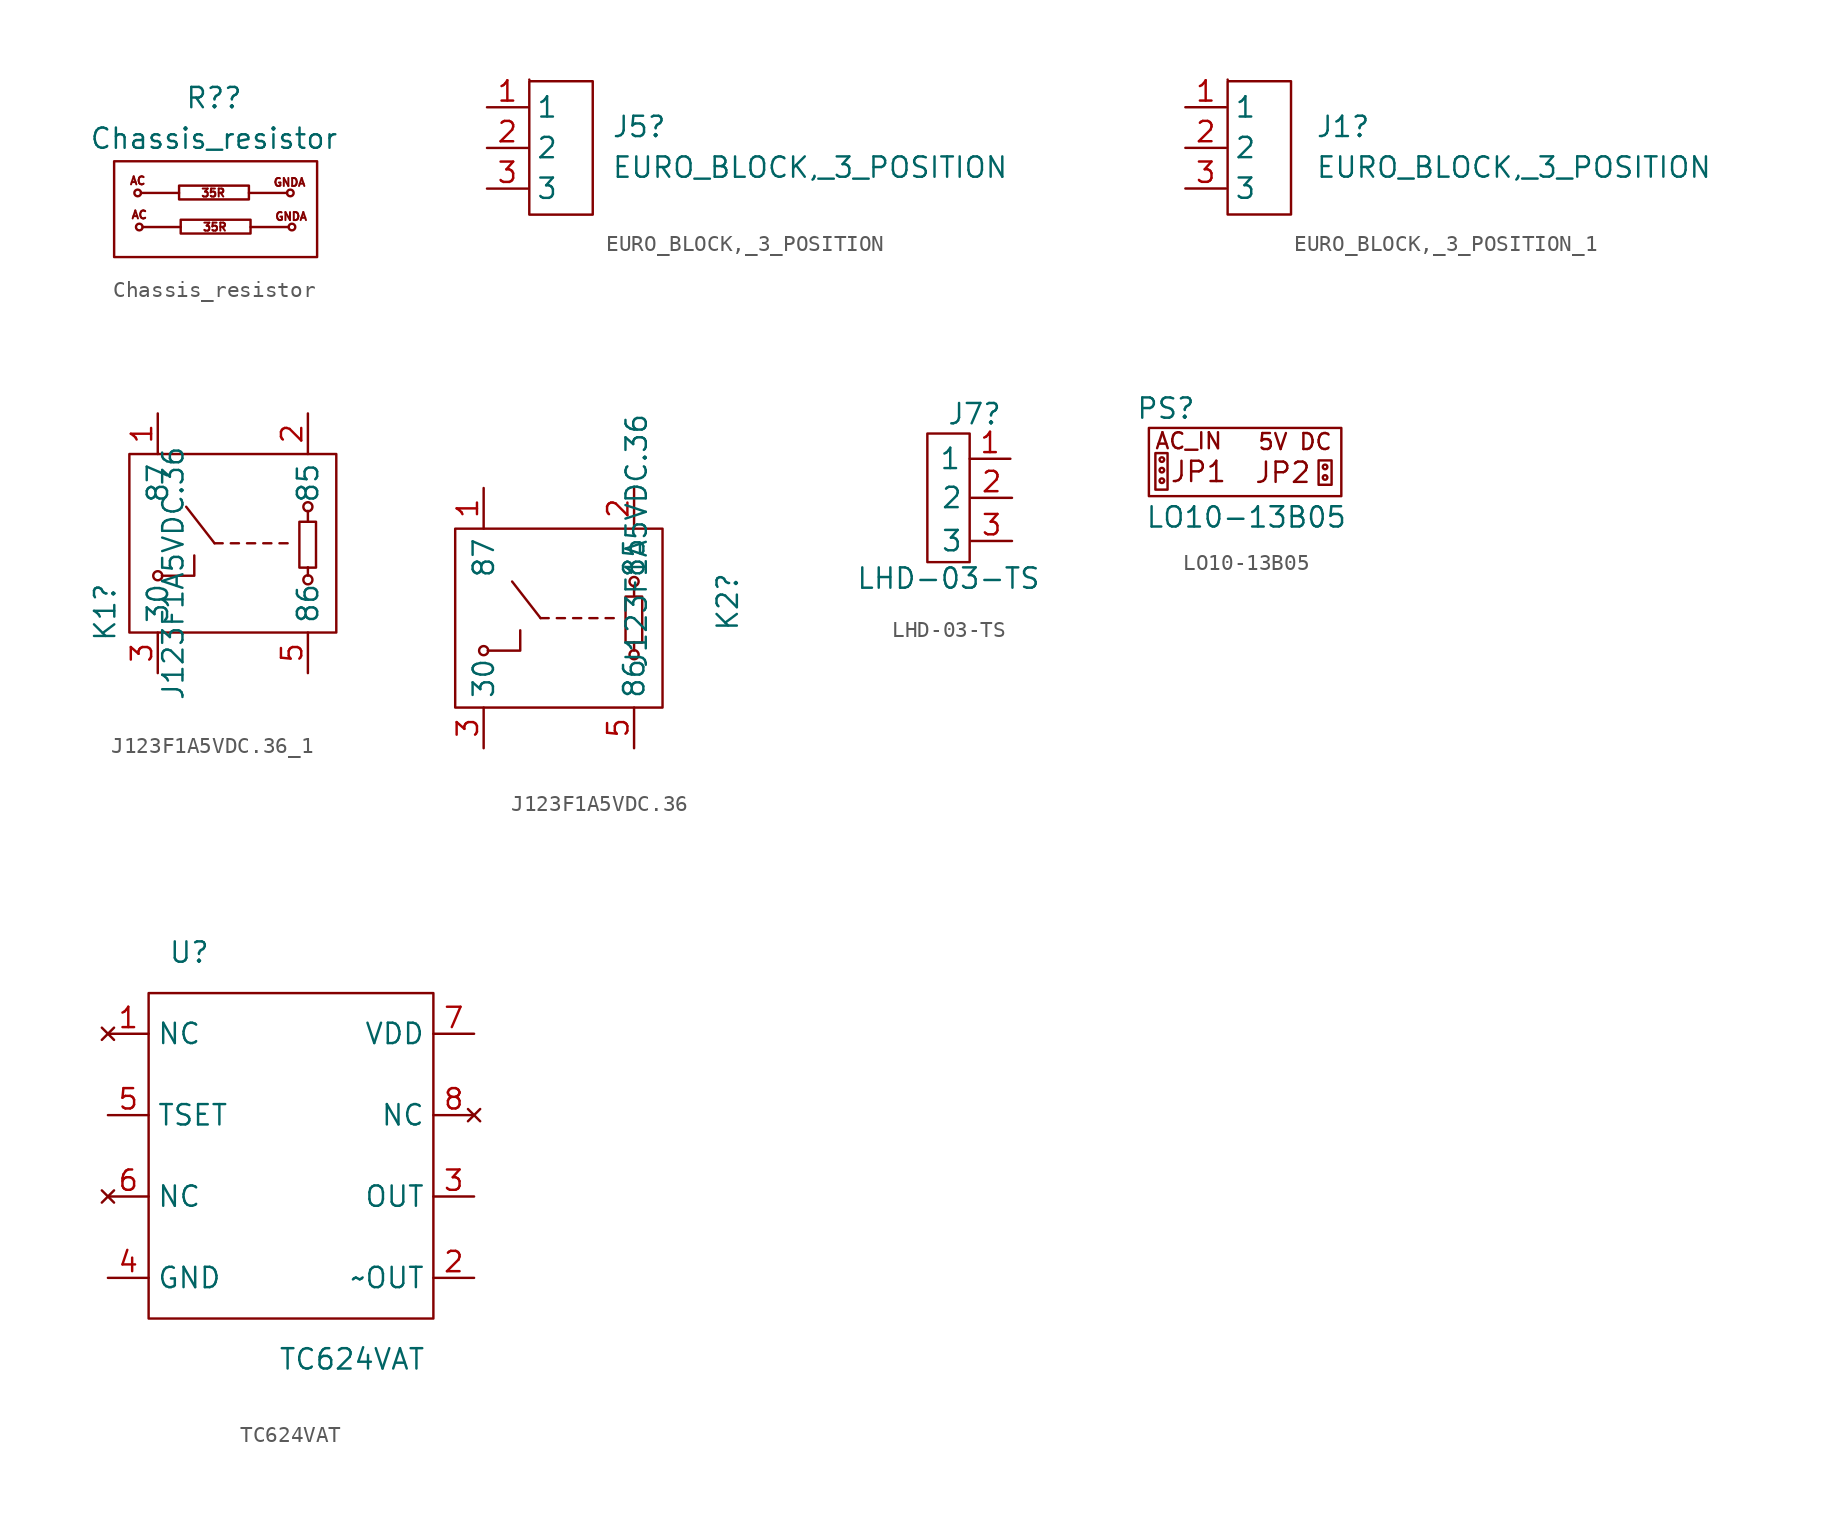
<source format=kicad_sym>
(kicad_symbol_lib
  (version 20211014)
  (generator kicad_symbol_editor)
  (symbol "Chassis_resistor"
    (property "Reference" "R?"
      (at 0.305 3.556 0)
      (effects (font (size 1.27 1.27))))
    (property "Value" "Chassis_resistor"
      (at 0.305 1.016 0)
      (effects (font (size 1.27 1.27))))
    (symbol "Chassis_resistor_0_0"
      (rectangle (start -5.944 -0.406) (end 6.756 -6.401) (stroke (width 0) (type default) (color 0 0 0 0)) (fill (type none)))
      (text "35R" (at 0.254 -2.388 0) (effects (font (size 0.5 0.5))))
      (text "35R" (at 0.356 -4.521 0) (effects (font (size 0.5 0.5))))
      (text "AC" (at -4.47 -1.626 0) (effects (font (size 0.5 0.5))))
      (text "AC" (at -4.369 -3.759 0) (effects (font (size 0.5 0.5))))
      (text "GNDA" (at 5.029 -1.727 0) (effects (font (size 0.5 0.5))))
      (text "GNDA" (at 5.131 -3.861 0) (effects (font (size 0.5 0.5)))))
    (symbol "Chassis_resistor_0_1"
      (circle (center -4.47 -2.388) (radius 0.209) (stroke (width 0) (type default) (color 0 0 0 0)) (fill (type none)))
      (circle (center -4.369 -4.521) (radius 0.209) (stroke (width 0) (type default) (color 0 0 0 0)) (fill (type none)))
      (rectangle (start -1.88 -1.93) (end 2.489 -2.794) (stroke (width 0) (type default) (color 0 0 0 0)) (fill (type none)))
      (rectangle (start -1.778 -4.064) (end 2.591 -4.928) (stroke (width 0) (type default) (color 0 0 0 0)) (fill (type none)))
      (polyline (pts (xy -4.267 -2.388) (xy -1.88 -2.388)) (stroke (width 0) (type default) (color 0 0 0 0)) (fill (type none)))
      (polyline (pts (xy -4.166 -4.521) (xy -1.778 -4.521)) (stroke (width 0) (type default) (color 0 0 0 0)) (fill (type none)))
      (polyline (pts (xy 2.489 -2.388) (xy 4.877 -2.388)) (stroke (width 0) (type default) (color 0 0 0 0)) (fill (type none)))
      (polyline (pts (xy 2.591 -4.521) (xy 4.978 -4.521)) (stroke (width 0) (type default) (color 0 0 0 0)) (fill (type none)))
      (circle (center 5.08 -2.388) (radius 0.209) (stroke (width 0) (type default) (color 0 0 0 0)) (fill (type none)))
      (circle (center 5.182 -4.521) (radius 0.209) (stroke (width 0) (type default) (color 0 0 0 0)) (fill (type none)))))
  (symbol "EURO_BLOCK,_3_POSITION"
    (property "Reference" "J5"
      (at 4.267 -5.639 0)
      (effects (font (size 1.27 1.27)) (justify left)))
    (property "Value" "EURO_BLOCK,_3_POSITION"
      (at 4.267 -8.179 0)
      (effects (font (size 1.27 1.27)) (justify left)))
    (symbol "EURO_BLOCK,_3_POSITION_0_1"
      (rectangle (start -0.864 -2.794) (end 3.099 -11.125) (stroke (width 0) (type default) (color 0 0 0 0)) (fill (type none)))
      (rectangle (start -0.864 -2.692) (end -0.864 -2.692) (stroke (width 0) (type default) (color 0 0 0 0)) (fill (type none))))
    (symbol "EURO_BLOCK,_3_POSITION_1_1"
      (pin unspecified line (at -3.505 -4.42 0) (length 2.54) (name "1" (effects (font (size 1.27 1.27)))) (number "1" (effects (font (size 1.27 1.27)))))
      (pin unspecified line (at -3.505 -6.96 0) (length 2.54) (name "2" (effects (font (size 1.27 1.27)))) (number "2" (effects (font (size 1.27 1.27)))))
      (pin unspecified line (at -3.505 -9.5 0) (length 2.54) (name "3" (effects (font (size 1.27 1.27)))) (number "3" (effects (font (size 1.27 1.27)))))))
  (symbol "EURO_BLOCK,_3_POSITION_1"
    (property "Reference" "J1"
      (at 4.623 -5.639 0)
      (effects (font (size 1.27 1.27)) (justify left)))
    (property "Value" "EURO_BLOCK,_3_POSITION"
      (at 4.623 -8.179 0)
      (effects (font (size 1.27 1.27)) (justify left)))
    (symbol "EURO_BLOCK,_3_POSITION_1_0_1"
      (rectangle (start -0.864 -2.794) (end 3.099 -11.125) (stroke (width 0) (type default) (color 0 0 0 0)) (fill (type none)))
      (rectangle (start -0.864 -2.692) (end -0.864 -2.692) (stroke (width 0) (type default) (color 0 0 0 0)) (fill (type none))))
    (symbol "EURO_BLOCK,_3_POSITION_1_1_1"
      (pin unspecified line (at -3.505 -4.42 0) (length 2.54) (name "1" (effects (font (size 1.27 1.27)))) (number "1" (effects (font (size 1.27 1.27)))))
      (pin unspecified line (at -3.505 -6.96 0) (length 2.54) (name "2" (effects (font (size 1.27 1.27)))) (number "2" (effects (font (size 1.27 1.27)))))
      (pin unspecified line (at -3.505 -9.5 0) (length 2.54) (name "3" (effects (font (size 1.27 1.27)))) (number "3" (effects (font (size 1.27 1.27)))))))
  (symbol "J123F1A5VDC.36_1"
    (property "Reference" "K1"
      (at -6.604 -11.938 90)
      (effects (font (size 1.27 1.27))))
    (property "Value" "J123F1A5VDC.36"
      (at -2.337 -9.5 90)
      (effects (font (size 1.27 1.27))))
    (symbol "J123F1A5VDC.36_1_0_1"
      (rectangle (start -5.08 -2.032) (end 7.874 -13.208) (stroke (width 0) (type default) (color 0 0 0 0)) (fill (type none)))
      (circle (center -3.302 -9.652) (radius 0.284) (stroke (width 0) (type default) (color 0 0 0 0)) (fill (type none)))
      (polyline (pts (xy 0.254 -7.62) (xy -1.524 -5.334)) (stroke (width 0) (type default) (color 0 0 0 0)) (fill (type none)))
      (polyline (pts (xy 0.254 -7.62) (xy 0.762 -7.62)) (stroke (width 0) (type default) (color 0 0 0 0)) (fill (type none)))
      (polyline (pts (xy 1.27 -7.62) (xy 1.778 -7.62)) (stroke (width 0) (type default) (color 0 0 0 0)) (fill (type none)))
      (polyline (pts (xy 2.286 -7.62) (xy 2.794 -7.62)) (stroke (width 0) (type default) (color 0 0 0 0)) (fill (type none)))
      (polyline (pts (xy 3.302 -7.62) (xy 3.81 -7.62)) (stroke (width 0) (type default) (color 0 0 0 0)) (fill (type none)))
      (polyline (pts (xy 4.318 -7.62) (xy 4.826 -7.62)) (stroke (width 0) (type default) (color 0 0 0 0)) (fill (type none)))
      (polyline (pts (xy 6.096 -9.652) (xy 6.096 -9.119)) (stroke (width 0) (type default) (color 0 0 0 0)) (fill (type none)))
      (polyline (pts (xy 6.096 -6.198) (xy 6.096 -5.588)) (stroke (width 0) (type default) (color 0 0 0 0)) (fill (type none)))
      (polyline (pts (xy -1.016 -8.382) (xy -1.016 -9.652) (xy -3.048 -9.652)) (stroke (width 0) (type default) (color 0 0 0 0)) (fill (type none)))
      (rectangle (start 5.563 -6.274) (end 6.604 -9.144) (stroke (width 0) (type default) (color 0 0 0 0)) (fill (type none)))
      (circle (center 6.096 -9.906) (radius 0.284) (stroke (width 0) (type default) (color 0 0 0 0)) (fill (type none)))
      (circle (center 6.096 -5.334) (radius 0.284) (stroke (width 0) (type default) (color 0 0 0 0)) (fill (type none))))
    (symbol "J123F1A5VDC.36_1_1_1"
      (pin unspecified line (at -3.302 0.508 270) (length 2.54) (name "87" (effects (font (size 1.27 1.27)))) (number "1" (effects (font (size 1.27 1.27)))))
      (pin unspecified line (at 6.096 0.508 270) (length 2.54) (name "85" (effects (font (size 1.27 1.27)))) (number "2" (effects (font (size 1.27 1.27)))))
      (pin unspecified line (at -3.302 -15.748 90) (length 2.54) (name "30" (effects (font (size 1.27 1.27)))) (number "3" (effects (font (size 1.27 1.27)))))
      (pin unspecified line (at 6.096 -15.748 90) (length 2.54) (name "86" (effects (font (size 1.27 1.27)))) (number "5" (effects (font (size 1.27 1.27)))))))
  (symbol "J123F1A5VDC.36"
    (property "Reference" "K2"
      (at 11.938 -6.604 90)
      (effects (font (size 1.27 1.27))))
    (property "Value" "J123F1A5VDC.36"
      (at 6.248 -2.794 90)
      (effects (font (size 1.27 1.27))))
    (symbol "J123F1A5VDC.36_0_1"
      (rectangle (start -5.08 -2.032) (end 7.874 -13.208) (stroke (width 0) (type default) (color 0 0 0 0)) (fill (type none)))
      (circle (center -3.302 -9.652) (radius 0.284) (stroke (width 0) (type default) (color 0 0 0 0)) (fill (type none)))
      (polyline (pts (xy 0.254 -7.62) (xy -1.524 -5.334)) (stroke (width 0) (type default) (color 0 0 0 0)) (fill (type none)))
      (polyline (pts (xy 0.254 -7.62) (xy 0.762 -7.62)) (stroke (width 0) (type default) (color 0 0 0 0)) (fill (type none)))
      (polyline (pts (xy 1.27 -7.62) (xy 1.778 -7.62)) (stroke (width 0) (type default) (color 0 0 0 0)) (fill (type none)))
      (polyline (pts (xy 2.286 -7.62) (xy 2.794 -7.62)) (stroke (width 0) (type default) (color 0 0 0 0)) (fill (type none)))
      (polyline (pts (xy 3.302 -7.62) (xy 3.81 -7.62)) (stroke (width 0) (type default) (color 0 0 0 0)) (fill (type none)))
      (polyline (pts (xy 4.318 -7.62) (xy 4.826 -7.62)) (stroke (width 0) (type default) (color 0 0 0 0)) (fill (type none)))
      (polyline (pts (xy 6.096 -9.652) (xy 6.096 -9.119)) (stroke (width 0) (type default) (color 0 0 0 0)) (fill (type none)))
      (polyline (pts (xy 6.096 -6.198) (xy 6.096 -5.588)) (stroke (width 0) (type default) (color 0 0 0 0)) (fill (type none)))
      (polyline (pts (xy -1.016 -8.382) (xy -1.016 -9.652) (xy -3.048 -9.652)) (stroke (width 0) (type default) (color 0 0 0 0)) (fill (type none)))
      (rectangle (start 5.563 -6.274) (end 6.604 -9.144) (stroke (width 0) (type default) (color 0 0 0 0)) (fill (type none)))
      (circle (center 6.096 -9.906) (radius 0.284) (stroke (width 0) (type default) (color 0 0 0 0)) (fill (type none)))
      (circle (center 6.096 -5.334) (radius 0.284) (stroke (width 0) (type default) (color 0 0 0 0)) (fill (type none))))
    (symbol "J123F1A5VDC.36_1_1"
      (pin unspecified line (at -3.302 0.508 270) (length 2.54) (name "87" (effects (font (size 1.27 1.27)))) (number "1" (effects (font (size 1.27 1.27)))))
      (pin unspecified line (at 6.096 0.508 270) (length 2.54) (name "85" (effects (font (size 1.27 1.27)))) (number "2" (effects (font (size 1.27 1.27)))))
      (pin unspecified line (at -3.302 -15.748 90) (length 2.54) (name "30" (effects (font (size 1.27 1.27)))) (number "3" (effects (font (size 1.27 1.27)))))
      (pin unspecified line (at 6.096 -15.748 90) (length 2.54) (name "86" (effects (font (size 1.27 1.27)))) (number "5" (effects (font (size 1.27 1.27)))))))
  (symbol "LHD-03-TS"
    (property "Reference" "J7"
      (at -3.81 -1.016 0)
      (effects (font (size 1.27 1.27))))
    (property "Value" "LHD-03-TS"
      (at -5.436 -11.278 0)
      (effects (font (size 1.27 1.27))))
    (symbol "LHD-03-TS_0_1"
      (rectangle (start -6.756 -2.235) (end -4.115 -10.262) (stroke (width 0) (type default) (color 0 0 0 0)) (fill (type none))))
    (symbol "LHD-03-TS_1_1"
      (pin unspecified line (at -1.575 -3.81 180) (length 2.54) (name "1" (effects (font (size 1.27 1.27)))) (number "1" (effects (font (size 1.27 1.27)))))
      (pin unspecified line (at -1.473 -6.248 180) (length 2.54) (name "2" (effects (font (size 1.27 1.27)))) (number "2" (effects (font (size 1.27 1.27)))))
      (pin unspecified line (at -1.473 -8.941 180) (length 2.54) (name "3" (effects (font (size 1.27 1.27)))) (number "3" (effects (font (size 1.27 1.27)))))))
  (symbol "LO10-13B05"
    (property "Reference" "PS"
      (at -4.674 -0.254 0)
      (effects (font (size 1.27 1.27))))
    (property "Value" "LO10-13B05"
      (at 0.356 -7.061 0)
      (effects (font (size 1.27 1.27))))
    (symbol "LO10-13B05_0_0"
      (rectangle (start -5.74 -1.473) (end 6.299 -5.74) (stroke (width 0) (type default) (color 0 0 0 0)) (fill (type none)))
      (text "5V DC" (at 3.404 -2.337 0) (effects (font (size 1 1))))
      (text "AC_IN" (at -3.251 -2.286 0) (effects (font (size 1 1))))
      (text "JP1" (at -2.642 -4.216 0) (effects (font (size 1.27 1.27))))
      (text "JP2" (at 2.642 -4.267 0) (effects (font (size 1.27 1.27)))))
    (symbol "LO10-13B05_0_1"
      (rectangle (start -5.334 -3.048) (end -4.572 -5.334) (stroke (width 0) (type default) (color 0 0 0 0)) (fill (type none)))
      (circle (center -4.928 -4.775) (radius 0.144) (stroke (width 0) (type default) (color 0 0 0 0)) (fill (type none)))
      (circle (center -4.928 -4.115) (radius 0.144) (stroke (width 0) (type default) (color 0 0 0 0)) (fill (type none)))
      (circle (center -4.928 -3.454) (radius 0.144) (stroke (width 0) (type default) (color 0 0 0 0)) (fill (type none)))
      (rectangle (start 4.877 -3.505) (end 5.69 -5.029) (stroke (width 0) (type default) (color 0 0 0 0)) (fill (type none)))
      (circle (center 5.283 -4.572) (radius 0.144) (stroke (width 0) (type default) (color 0 0 0 0)) (fill (type none)))
      (circle (center 5.283 -3.912) (radius 0.144) (stroke (width 0) (type default) (color 0 0 0 0)) (fill (type none)))))
  (symbol "TC624VAT"
    (property "Reference" "U"
      (at -5.08 -2.54 0)
      (effects (font (size 1.27 1.27))))
    (property "Value" "TC624VAT"
      (at 5.08 -27.94 0)
      (effects (font (size 1.27 1.27))))
    (symbol "TC624VAT_0_1"
      (rectangle (start -7.62 -5.08) (end 10.16 -25.4) (stroke (width 0) (type default) (color 0 0 0 0)) (fill (type none))))
    (symbol "TC624VAT_1_1"
      (pin no_connect line (at -10.16 -7.62 0) (length 2.54) (name "NC" (effects (font (size 1.27 1.27)))) (number "1" (effects (font (size 1.27 1.27)))))
      (pin output line (at 12.7 -22.86 180) (length 2.54) (name "~OUT" (effects (font (size 1.27 1.27)))) (number "2" (effects (font (size 1.27 1.27)))))
      (pin output line (at 12.7 -17.78 180) (length 2.54) (name "OUT" (effects (font (size 1.27 1.27)))) (number "3" (effects (font (size 1.27 1.27)))))
      (pin power_in line (at -10.16 -22.86 0) (length 2.54) (name "GND" (effects (font (size 1.27 1.27)))) (number "4" (effects (font (size 1.27 1.27)))))
      (pin input line (at -10.16 -12.7 0) (length 2.54) (name "TSET" (effects (font (size 1.27 1.27)))) (number "5" (effects (font (size 1.27 1.27)))))
      (pin no_connect line (at -10.16 -17.78 0) (length 2.54) (name "NC" (effects (font (size 1.27 1.27)))) (number "6" (effects (font (size 1.27 1.27)))))
      (pin power_in line (at 12.7 -7.62 180) (length 2.54) (name "VDD" (effects (font (size 1.27 1.27)))) (number "7" (effects (font (size 1.27 1.27)))))
      (pin no_connect line (at 12.7 -12.7 180) (length 2.54) (name "NC" (effects (font (size 1.27 1.27)))) (number "8" (effects (font (size 1.27 1.27))))))))
</source>
